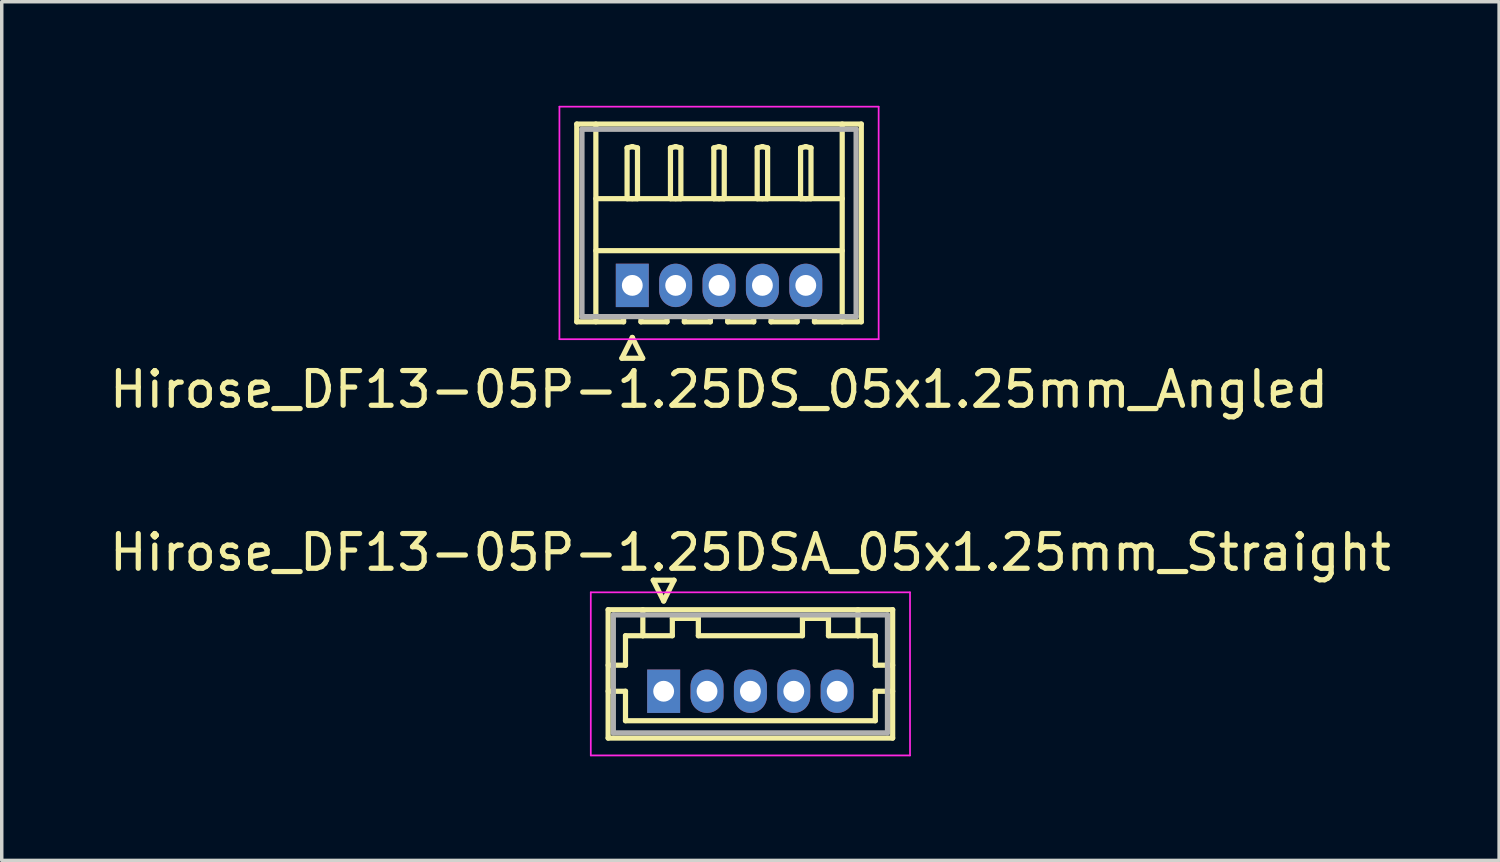
<source format=kicad_pcb>
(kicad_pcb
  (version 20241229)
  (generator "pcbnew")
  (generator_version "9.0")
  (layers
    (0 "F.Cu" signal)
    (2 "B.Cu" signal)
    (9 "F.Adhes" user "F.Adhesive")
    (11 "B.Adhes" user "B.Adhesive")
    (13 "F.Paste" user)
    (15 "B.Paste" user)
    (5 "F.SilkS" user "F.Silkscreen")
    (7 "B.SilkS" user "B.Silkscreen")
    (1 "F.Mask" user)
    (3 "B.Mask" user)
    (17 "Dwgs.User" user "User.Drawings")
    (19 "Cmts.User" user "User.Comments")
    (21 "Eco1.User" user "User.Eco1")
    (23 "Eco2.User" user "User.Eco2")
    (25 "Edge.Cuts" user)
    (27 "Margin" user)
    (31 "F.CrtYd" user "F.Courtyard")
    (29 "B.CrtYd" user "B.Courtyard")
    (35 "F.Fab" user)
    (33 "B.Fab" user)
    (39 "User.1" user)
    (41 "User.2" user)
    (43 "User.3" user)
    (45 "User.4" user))
  (footprint "Hirose_DF13-05P-1.25DSA_05x1.25mm_Straight"
    (layer "F.Cu")
    (at 16.077 16.872)
    (property "Reference" "Hirose_DF13-05P-1.25DSA_05x1.25mm_Straight" (at 2.5 -4 0) (layer "F.SilkS") (effects (font (size 1 1) (thickness 0.15))))
    (attr through_hole)
    (fp_line (start -1.6 -2.35) (end -1.6 1.35) (stroke (width 0.15) (type solid)) (layer "F.SilkS"))
    (fp_line (start -1.6 -0.75) (end -1.1 -0.75) (stroke (width 0.15) (type solid)) (layer "F.SilkS"))
    (fp_line (start -1.6 0) (end -1.1 0) (stroke (width 0.15) (type solid)) (layer "F.SilkS"))
    (fp_line (start -1.6 1.35) (end 6.6 1.35) (stroke (width 0.15) (type solid)) (layer "F.SilkS"))
    (fp_line (start -1.1 -1.6) (end -0.6 -1.6) (stroke (width 0.15) (type solid)) (layer "F.SilkS"))
    (fp_line (start -1.1 -0.75) (end -1.1 -1.6) (stroke (width 0.15) (type solid)) (layer "F.SilkS"))
    (fp_line (start -1.1 0) (end -1.1 0.85) (stroke (width 0.15) (type solid)) (layer "F.SilkS"))
    (fp_line (start -1.1 0.85) (end 6.1 0.85) (stroke (width 0.15) (type solid)) (layer "F.SilkS"))
    (fp_line (start -0.6 -1.6) (end -0.6 -2.35) (stroke (width 0.15) (type solid)) (layer "F.SilkS"))
    (fp_line (start -0.6 -1.6) (end 0.25 -1.6) (stroke (width 0.15) (type solid)) (layer "F.SilkS"))
    (fp_line (start -0.3 -3.2) (end 0.3 -3.2) (stroke (width 0.15) (type solid)) (layer "F.SilkS"))
    (fp_line (start 0 -2.6) (end -0.3 -3.2) (stroke (width 0.15) (type solid)) (layer "F.SilkS"))
    (fp_line (start 0.25 -2.1) (end 1 -2.1) (stroke (width 0.15) (type solid)) (layer "F.SilkS"))
    (fp_line (start 0.25 -1.6) (end 0.25 -2.1) (stroke (width 0.15) (type solid)) (layer "F.SilkS"))
    (fp_line (start 0.3 -3.2) (end 0 -2.6) (stroke (width 0.15) (type solid)) (layer "F.SilkS"))
    (fp_line (start 1 -2.1) (end 1 -1.6) (stroke (width 0.15) (type solid)) (layer "F.SilkS"))
    (fp_line (start 1 -1.6) (end 4 -1.6) (stroke (width 0.15) (type solid)) (layer "F.SilkS"))
    (fp_line (start 4 -2.1) (end 4.75 -2.1) (stroke (width 0.15) (type solid)) (layer "F.SilkS"))
    (fp_line (start 4 -1.6) (end 4 -2.1) (stroke (width 0.15) (type solid)) (layer "F.SilkS"))
    (fp_line (start 4.75 -2.1) (end 4.75 -1.6) (stroke (width 0.15) (type solid)) (layer "F.SilkS"))
    (fp_line (start 4.75 -1.6) (end 5.6 -1.6) (stroke (width 0.15) (type solid)) (layer "F.SilkS"))
    (fp_line (start 5.6 -1.6) (end 5.6 -2.35) (stroke (width 0.15) (type solid)) (layer "F.SilkS"))
    (fp_line (start 6.1 -1.6) (end 5.6 -1.6) (stroke (width 0.15) (type solid)) (layer "F.SilkS"))
    (fp_line (start 6.1 -0.75) (end 6.1 -1.6) (stroke (width 0.15) (type solid)) (layer "F.SilkS"))
    (fp_line (start 6.1 0) (end 6.6 0) (stroke (width 0.15) (type solid)) (layer "F.SilkS"))
    (fp_line (start 6.1 0.85) (end 6.1 0) (stroke (width 0.15) (type solid)) (layer "F.SilkS"))
    (fp_line (start 6.6 -2.35) (end -1.6 -2.35) (stroke (width 0.15) (type solid)) (layer "F.SilkS"))
    (fp_line (start 6.6 -0.75) (end 6.1 -0.75) (stroke (width 0.15) (type solid)) (layer "F.SilkS"))
    (fp_line (start 6.6 1.35) (end 6.6 -2.35) (stroke (width 0.15) (type solid)) (layer "F.SilkS"))
    (fp_line (start -2.1 -2.85) (end -2.1 1.85) (stroke (width 0.05) (type solid)) (layer "F.CrtYd"))
    (fp_line (start -2.1 1.85) (end 7.1 1.85) (stroke (width 0.05) (type solid)) (layer "F.CrtYd"))
    (fp_line (start 7.1 -2.85) (end -2.1 -2.85) (stroke (width 0.05) (type solid)) (layer "F.CrtYd"))
    (fp_line (start 7.1 1.85) (end 7.1 -2.85) (stroke (width 0.05) (type solid)) (layer "F.CrtYd"))
    (fp_line (start -1.45 -2.2) (end -1.45 1.2) (stroke (width 0.15) (type solid)) (layer "F.Fab"))
    (fp_line (start -1.45 1.2) (end 6.45 1.2) (stroke (width 0.15) (type solid)) (layer "F.Fab"))
    (fp_line (start 6.45 -2.2) (end -1.45 -2.2) (stroke (width 0.15) (type solid)) (layer "F.Fab"))
    (fp_line (start 6.45 1.2) (end 6.45 -2.2) (stroke (width 0.15) (type solid)) (layer "F.Fab"))
    (pad "1" thru_hole rect (at 0 0) (size 0.95 1.25) (drill 0.6) (layers "*.Cu" "*.Mask"))
    (pad "2" thru_hole oval (at 1.25 0) (size 0.95 1.25) (drill 0.6) (layers "*.Cu" "*.Mask"))
    (pad "3" thru_hole oval (at 2.5 0) (size 0.95 1.25) (drill 0.6) (layers "*.Cu" "*.Mask"))
    (pad "4" thru_hole oval (at 3.75 0) (size 0.95 1.25) (drill 0.6) (layers "*.Cu" "*.Mask"))
    (pad "5" thru_hole oval (at 5 0) (size 0.95 1.25) (drill 0.6) (layers "*.Cu" "*.Mask")))
  (footprint "Hirose_DF13-05P-1.25DS_05x1.25mm_Angled"
    (layer "F.Cu")
    (at 15.173 5.175)
    (property "Reference" "Hirose_DF13-05P-1.25DS_05x1.25mm_Angled" (at 2.5 3 0) (layer "F.SilkS") (effects (font (size 1 1) (thickness 0.15))))
    (attr through_hole)
    (fp_line (start -1.6 -4.65) (end 6.6 -4.65) (stroke (width 0.15) (type solid)) (layer "F.SilkS"))
    (fp_line (start -1.6 1.05) (end -1.6 -4.65) (stroke (width 0.15) (type solid)) (layer "F.SilkS"))
    (fp_line (start -1.05 -4.65) (end -1.05 1.05) (stroke (width 0.15) (type solid)) (layer "F.SilkS"))
    (fp_line (start -1.05 -2.5) (end 6.05 -2.5) (stroke (width 0.15) (type solid)) (layer "F.SilkS"))
    (fp_line (start -1.05 -1) (end 6.05 -1) (stroke (width 0.15) (type solid)) (layer "F.SilkS"))
    (fp_line (start -0.3 2.1) (end 0.3 2.1) (stroke (width 0.15) (type solid)) (layer "F.SilkS"))
    (fp_line (start -0.25 0.9) (end -0.25 1.05) (stroke (width 0.15) (type solid)) (layer "F.SilkS"))
    (fp_line (start -0.25 1.05) (end -1.6 1.05) (stroke (width 0.15) (type solid)) (layer "F.SilkS"))
    (fp_line (start -0.15 -3.962) (end 0 -4) (stroke (width 0.15) (type solid)) (layer "F.SilkS"))
    (fp_line (start -0.15 -2.5) (end -0.15 -3.962) (stroke (width 0.15) (type solid)) (layer "F.SilkS"))
    (fp_line (start 0 -4) (end 0.15 -3.962) (stroke (width 0.15) (type solid)) (layer "F.SilkS"))
    (fp_line (start 0 -2.5) (end -0.15 -2.5) (stroke (width 0.15) (type solid)) (layer "F.SilkS"))
    (fp_line (start 0 1.5) (end -0.3 2.1) (stroke (width 0.15) (type solid)) (layer "F.SilkS"))
    (fp_line (start 0.15 -3.962) (end 0.15 -2.5) (stroke (width 0.15) (type solid)) (layer "F.SilkS"))
    (fp_line (start 0.15 -2.5) (end 0 -2.5) (stroke (width 0.15) (type solid)) (layer "F.SilkS"))
    (fp_line (start 0.25 0.9) (end 0.25 1.05) (stroke (width 0.15) (type solid)) (layer "F.SilkS"))
    (fp_line (start 0.25 1.05) (end 1 1.05) (stroke (width 0.15) (type solid)) (layer "F.SilkS"))
    (fp_line (start 0.3 2.1) (end 0 1.5) (stroke (width 0.15) (type solid)) (layer "F.SilkS"))
    (fp_line (start 1 1.05) (end 1 0.9) (stroke (width 0.15) (type solid)) (layer "F.SilkS"))
    (fp_line (start 1.1 -3.962) (end 1.25 -4) (stroke (width 0.15) (type solid)) (layer "F.SilkS"))
    (fp_line (start 1.1 -2.5) (end 1.1 -3.962) (stroke (width 0.15) (type solid)) (layer "F.SilkS"))
    (fp_line (start 1.25 -4) (end 1.4 -3.962) (stroke (width 0.15) (type solid)) (layer "F.SilkS"))
    (fp_line (start 1.25 -2.5) (end 1.1 -2.5) (stroke (width 0.15) (type solid)) (layer "F.SilkS"))
    (fp_line (start 1.4 -3.962) (end 1.4 -2.5) (stroke (width 0.15) (type solid)) (layer "F.SilkS"))
    (fp_line (start 1.4 -2.5) (end 1.25 -2.5) (stroke (width 0.15) (type solid)) (layer "F.SilkS"))
    (fp_line (start 1.5 0.9) (end 1.5 1.05) (stroke (width 0.15) (type solid)) (layer "F.SilkS"))
    (fp_line (start 1.5 1.05) (end 2.25 1.05) (stroke (width 0.15) (type solid)) (layer "F.SilkS"))
    (fp_line (start 2.25 1.05) (end 2.25 0.9) (stroke (width 0.15) (type solid)) (layer "F.SilkS"))
    (fp_line (start 2.35 -3.962) (end 2.5 -4) (stroke (width 0.15) (type solid)) (layer "F.SilkS"))
    (fp_line (start 2.35 -2.5) (end 2.35 -3.962) (stroke (width 0.15) (type solid)) (layer "F.SilkS"))
    (fp_line (start 2.5 -4) (end 2.65 -3.962) (stroke (width 0.15) (type solid)) (layer "F.SilkS"))
    (fp_line (start 2.5 -2.5) (end 2.35 -2.5) (stroke (width 0.15) (type solid)) (layer "F.SilkS"))
    (fp_line (start 2.65 -3.962) (end 2.65 -2.5) (stroke (width 0.15) (type solid)) (layer "F.SilkS"))
    (fp_line (start 2.65 -2.5) (end 2.5 -2.5) (stroke (width 0.15) (type solid)) (layer "F.SilkS"))
    (fp_line (start 2.75 0.9) (end 2.75 1.05) (stroke (width 0.15) (type solid)) (layer "F.SilkS"))
    (fp_line (start 2.75 1.05) (end 3.5 1.05) (stroke (width 0.15) (type solid)) (layer "F.SilkS"))
    (fp_line (start 3.5 1.05) (end 3.5 0.9) (stroke (width 0.15) (type solid)) (layer "F.SilkS"))
    (fp_line (start 3.6 -3.962) (end 3.75 -4) (stroke (width 0.15) (type solid)) (layer "F.SilkS"))
    (fp_line (start 3.6 -2.5) (end 3.6 -3.962) (stroke (width 0.15) (type solid)) (layer "F.SilkS"))
    (fp_line (start 3.75 -4) (end 3.9 -3.962) (stroke (width 0.15) (type solid)) (layer "F.SilkS"))
    (fp_line (start 3.75 -2.5) (end 3.6 -2.5) (stroke (width 0.15) (type solid)) (layer "F.SilkS"))
    (fp_line (start 3.9 -3.962) (end 3.9 -2.5) (stroke (width 0.15) (type solid)) (layer "F.SilkS"))
    (fp_line (start 3.9 -2.5) (end 3.75 -2.5) (stroke (width 0.15) (type solid)) (layer "F.SilkS"))
    (fp_line (start 4 0.9) (end 4 1.05) (stroke (width 0.15) (type solid)) (layer "F.SilkS"))
    (fp_line (start 4 1.05) (end 4.75 1.05) (stroke (width 0.15) (type solid)) (layer "F.SilkS"))
    (fp_line (start 4.75 1.05) (end 4.75 0.9) (stroke (width 0.15) (type solid)) (layer "F.SilkS"))
    (fp_line (start 4.85 -3.962) (end 5 -4) (stroke (width 0.15) (type solid)) (layer "F.SilkS"))
    (fp_line (start 4.85 -2.5) (end 4.85 -3.962) (stroke (width 0.15) (type solid)) (layer "F.SilkS"))
    (fp_line (start 5 -4) (end 5.15 -3.962) (stroke (width 0.15) (type solid)) (layer "F.SilkS"))
    (fp_line (start 5 -2.5) (end 4.85 -2.5) (stroke (width 0.15) (type solid)) (layer "F.SilkS"))
    (fp_line (start 5.15 -3.962) (end 5.15 -2.5) (stroke (width 0.15) (type solid)) (layer "F.SilkS"))
    (fp_line (start 5.15 -2.5) (end 5 -2.5) (stroke (width 0.15) (type solid)) (layer "F.SilkS"))
    (fp_line (start 5.25 1.05) (end 5.25 0.9) (stroke (width 0.15) (type solid)) (layer "F.SilkS"))
    (fp_line (start 6.05 -4.65) (end 6.05 1.05) (stroke (width 0.15) (type solid)) (layer "F.SilkS"))
    (fp_line (start 6.6 -4.65) (end 6.6 1.05) (stroke (width 0.15) (type solid)) (layer "F.SilkS"))
    (fp_line (start 6.6 1.05) (end 5.25 1.05) (stroke (width 0.15) (type solid)) (layer "F.SilkS"))
    (fp_line (start -2.1 -5.15) (end -2.1 1.55) (stroke (width 0.05) (type solid)) (layer "F.CrtYd"))
    (fp_line (start -2.1 1.55) (end 7.1 1.55) (stroke (width 0.05) (type solid)) (layer "F.CrtYd"))
    (fp_line (start 7.1 -5.15) (end -2.1 -5.15) (stroke (width 0.05) (type solid)) (layer "F.CrtYd"))
    (fp_line (start 7.1 1.55) (end 7.1 -5.15) (stroke (width 0.05) (type solid)) (layer "F.CrtYd"))
    (fp_line (start -1.45 -4.5) (end -1.45 0.9) (stroke (width 0.15) (type solid)) (layer "F.Fab"))
    (fp_line (start -1.45 0.9) (end 6.45 0.9) (stroke (width 0.15) (type solid)) (layer "F.Fab"))
    (fp_line (start 6.45 -4.5) (end -1.45 -4.5) (stroke (width 0.15) (type solid)) (layer "F.Fab"))
    (fp_line (start 6.45 0.9) (end 6.45 -4.5) (stroke (width 0.15) (type solid)) (layer "F.Fab"))
    (pad "1" thru_hole rect (at 0 0) (size 0.95 1.25) (drill 0.6) (layers "*.Cu" "*.Mask"))
    (pad "2" thru_hole oval (at 1.25 0) (size 0.95 1.25) (drill 0.6) (layers "*.Cu" "*.Mask"))
    (pad "3" thru_hole oval (at 2.5 0) (size 0.95 1.25) (drill 0.6) (layers "*.Cu" "*.Mask"))
    (pad "4" thru_hole oval (at 3.75 0) (size 0.95 1.25) (drill 0.6) (layers "*.Cu" "*.Mask"))
    (pad "5" thru_hole oval (at 5 0) (size 0.95 1.25) (drill 0.6) (layers "*.Cu" "*.Mask")))
  (gr_rect
    (start -3 -3)
    (end 40.155 21.747)
    (stroke (width 0.1) (type default))
    (fill no)
    (layer "Edge.Cuts")))
</source>
